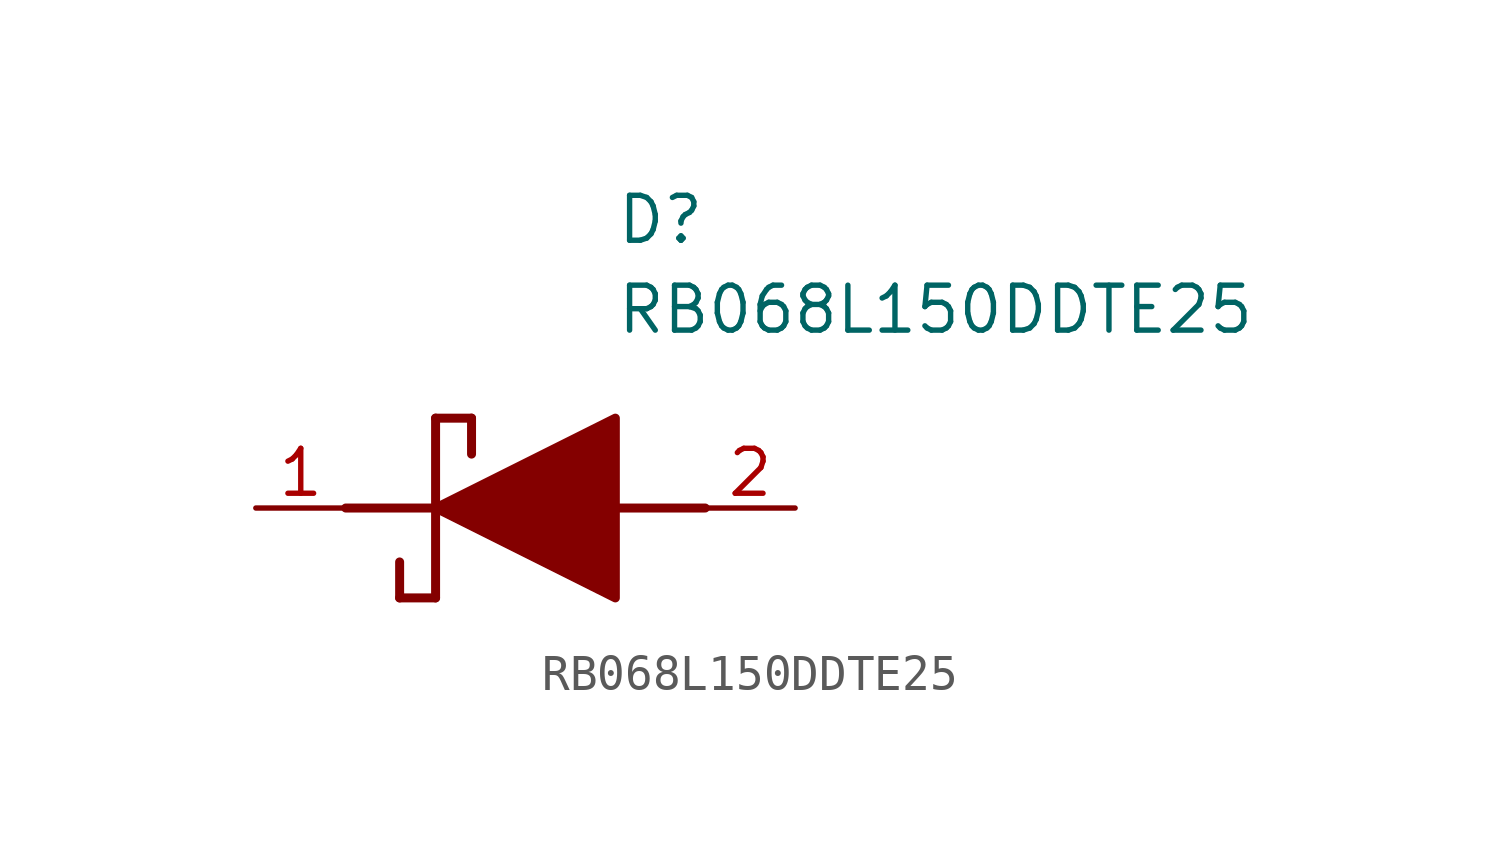
<source format=kicad_sym>
(kicad_symbol_lib
  (version 20220914)
  (generator kicad_symbol_editor)
  (symbol "RB068L150DDTE25"
    (pin_names hide)
    (property "Reference" "D"
      (at 12.7 8.89 0)
      (effects (font (size 1.27 1.27)) (justify left top)))
    (property "Value" "RB068L150DDTE25"
      (at 12.7 6.35 0)
      (effects (font (size 1.27 1.27)) (justify left top)))
    (symbol "RB068L150DDTE25_1_1"
      (polyline (pts (xy 5.08 0) (xy 7.62 0)) (stroke (width 0.254) (type default)) (fill (type none)))
      (polyline (pts (xy 6.604 -1.524) (xy 6.604 -2.54)) (stroke (width 0.254) (type default)) (fill (type none)))
      (polyline (pts (xy 7.62 -2.54) (xy 6.604 -2.54)) (stroke (width 0.254) (type default)) (fill (type none)))
      (polyline (pts (xy 7.62 2.54) (xy 7.62 -2.54)) (stroke (width 0.254) (type default)) (fill (type none)))
      (polyline (pts (xy 7.62 2.54) (xy 8.636 2.54)) (stroke (width 0.254) (type default)) (fill (type none)))
      (polyline (pts (xy 8.636 1.524) (xy 8.636 2.54)) (stroke (width 0.254) (type default)) (fill (type none)))
      (polyline (pts (xy 12.7 0) (xy 15.24 0)) (stroke (width 0.254) (type default)) (fill (type none)))
      (polyline (pts (xy 7.62 0) (xy 12.7 2.54) (xy 12.7 -2.54) (xy 7.62 0)) (stroke (width 0.254) (type default)) (fill (type outline)))
      (pin passive line (at 2.54 0 0) (length 2.54) (name "K" (effects (font (size 1.27 1.27)))) (number "1" (effects (font (size 1.27 1.27)))))
      (pin passive line (at 17.78 0 180) (length 2.54) (name "A" (effects (font (size 1.27 1.27)))) (number "2" (effects (font (size 1.27 1.27))))))))
</source>
